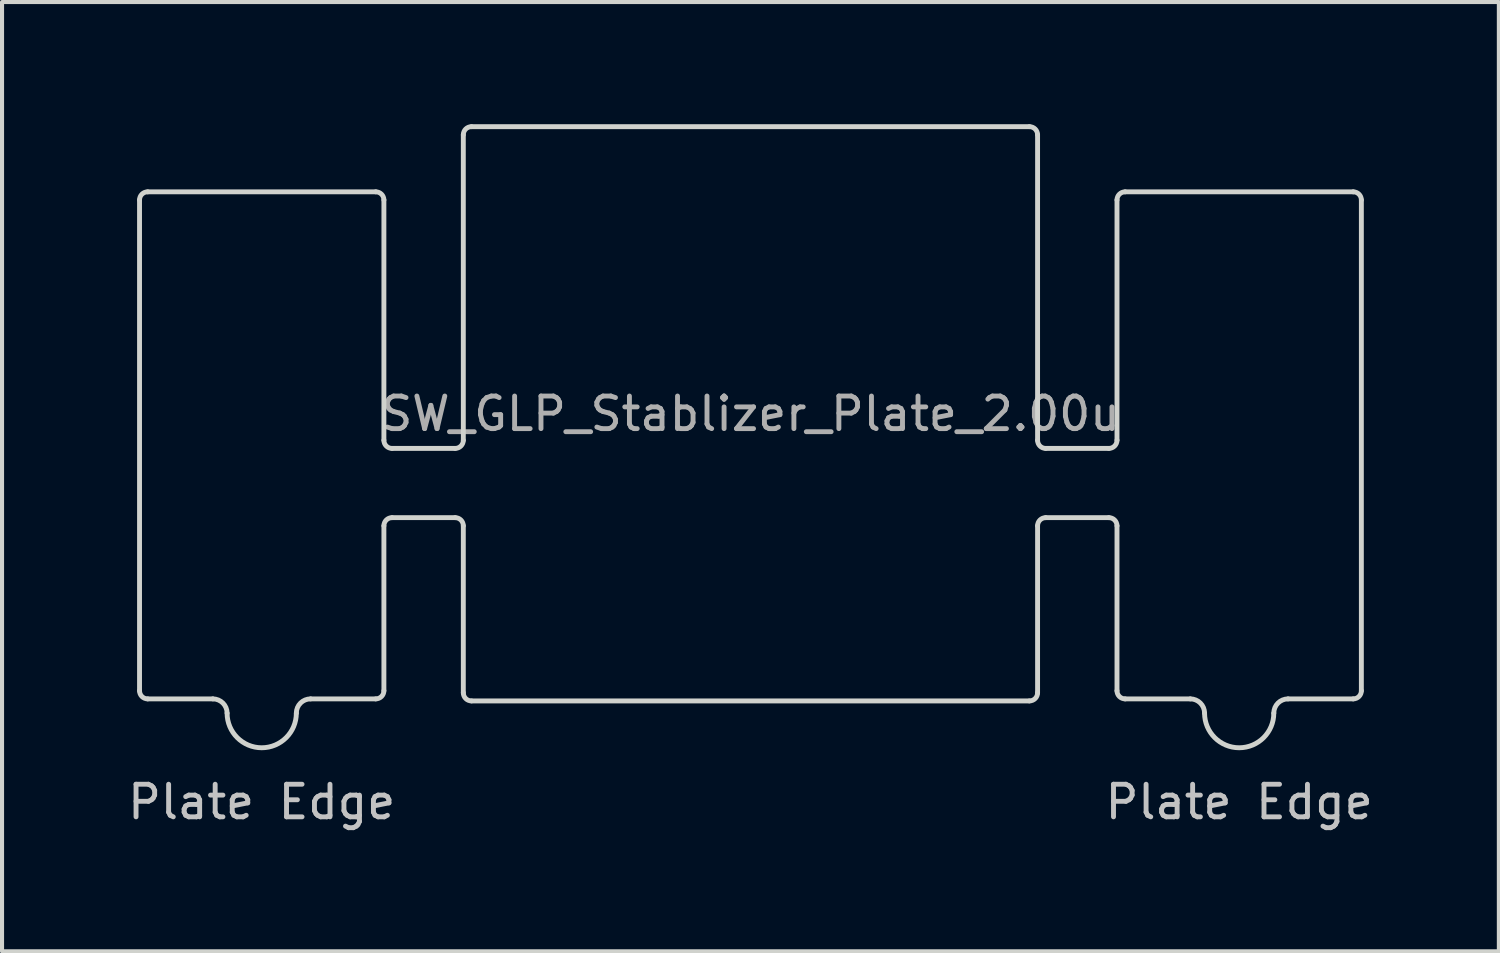
<source format=kicad_pcb>
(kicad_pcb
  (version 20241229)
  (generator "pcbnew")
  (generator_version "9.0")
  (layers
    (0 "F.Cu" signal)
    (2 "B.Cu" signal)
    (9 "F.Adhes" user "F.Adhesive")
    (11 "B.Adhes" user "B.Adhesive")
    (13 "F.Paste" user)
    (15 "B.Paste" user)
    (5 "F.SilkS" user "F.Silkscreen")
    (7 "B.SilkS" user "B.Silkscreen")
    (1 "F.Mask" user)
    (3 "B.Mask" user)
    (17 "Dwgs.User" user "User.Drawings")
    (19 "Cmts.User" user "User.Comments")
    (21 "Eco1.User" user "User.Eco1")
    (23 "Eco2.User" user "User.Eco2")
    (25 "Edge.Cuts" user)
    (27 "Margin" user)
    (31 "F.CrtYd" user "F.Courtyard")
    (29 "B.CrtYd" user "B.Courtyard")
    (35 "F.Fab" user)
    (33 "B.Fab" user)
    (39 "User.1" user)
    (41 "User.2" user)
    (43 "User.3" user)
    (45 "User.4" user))
  (footprint "SW_GLP_Stablizer_Plate_2.00u"
    (layer "F.Cu")
    (at 15.376 7.11)
    (property "Reference" "SW_GLP_Stablizer_Plate_2.00u" (at 0 0 0) (layer "F.Fab") (effects (font (size 0.8 0.8) (thickness 0.12))))
    (attr smd)
    (fp_line (start -15 -5.25) (end -15 6.8) (stroke (width 0.12) (type default)) (layer "Edge.Cuts"))
    (fp_line (start -14.8 7) (end -13.2 7) (stroke (width 0.12) (type default)) (layer "Edge.Cuts"))
    (fp_line (start -9.2 -5.45) (end -14.8 -5.45) (stroke (width 0.12) (type default)) (layer "Edge.Cuts"))
    (fp_line (start -9.2 7) (end -10.8 7) (stroke (width 0.12) (type default)) (layer "Edge.Cuts"))
    (fp_line (start -9 -5.25) (end -9 0.65) (stroke (width 0.12) (type default)) (layer "Edge.Cuts"))
    (fp_line (start -9 2.75) (end -9 6.8) (stroke (width 0.12) (type default)) (layer "Edge.Cuts"))
    (fp_line (start -8.8 0.85) (end -7.25 0.85) (stroke (width 0.12) (type default)) (layer "Edge.Cuts"))
    (fp_line (start -7.25 2.55) (end -8.8 2.55) (stroke (width 0.12) (type default)) (layer "Edge.Cuts"))
    (fp_line (start -7.05 0.65) (end -7.05 -6.85) (stroke (width 0.12) (type default)) (layer "Edge.Cuts"))
    (fp_line (start -7.05 2.75) (end -7.05 6.85) (stroke (width 0.12) (type default)) (layer "Edge.Cuts"))
    (fp_line (start -6.85 -7.05) (end 6.85 -7.05) (stroke (width 0.12) (type default)) (layer "Edge.Cuts"))
    (fp_line (start 6.85 7.05) (end -6.85 7.05) (stroke (width 0.12) (type default)) (layer "Edge.Cuts"))
    (fp_line (start 7.05 0.65) (end 7.05 -6.85) (stroke (width 0.12) (type default)) (layer "Edge.Cuts"))
    (fp_line (start 7.05 2.75) (end 7.05 6.85) (stroke (width 0.12) (type default)) (layer "Edge.Cuts"))
    (fp_line (start 7.25 2.55) (end 8.8 2.55) (stroke (width 0.12) (type default)) (layer "Edge.Cuts"))
    (fp_line (start 8.8 0.85) (end 7.25 0.85) (stroke (width 0.12) (type default)) (layer "Edge.Cuts"))
    (fp_line (start 9 -5.25) (end 9 0.65) (stroke (width 0.12) (type default)) (layer "Edge.Cuts"))
    (fp_line (start 9 2.75) (end 9 6.8) (stroke (width 0.12) (type default)) (layer "Edge.Cuts"))
    (fp_line (start 9.2 -5.45) (end 14.8 -5.45) (stroke (width 0.12) (type default)) (layer "Edge.Cuts"))
    (fp_line (start 9.2 7) (end 10.8 7) (stroke (width 0.12) (type default)) (layer "Edge.Cuts"))
    (fp_line (start 14.8 7) (end 13.2 7) (stroke (width 0.12) (type default)) (layer "Edge.Cuts"))
    (fp_line (start 15 -5.25) (end 15 6.8) (stroke (width 0.12) (type default)) (layer "Edge.Cuts"))
    (fp_arc (start -15 -5.25) (mid -14.941421 -5.391421) (end -14.8 -5.45) (stroke (width 0.12) (type default)) (layer "Edge.Cuts"))
    (fp_arc (start -14.8 7) (mid -14.941421 6.941421) (end -15 6.8) (stroke (width 0.12) (type default)) (layer "Edge.Cuts"))
    (fp_arc (start -13.2 7) (mid -12.952513 7.102513) (end -12.85 7.35) (stroke (width 0.12) (type default)) (layer "Edge.Cuts"))
    (fp_arc (start -11.15 7.35) (mid -12 8.2) (end -12.85 7.35) (stroke (width 0.12) (type default)) (layer "Edge.Cuts"))
    (fp_arc (start -11.15 7.35) (mid -11.047487 7.102513) (end -10.8 7) (stroke (width 0.12) (type default)) (layer "Edge.Cuts"))
    (fp_arc (start -9.2 -5.45) (mid -9.058579 -5.391421) (end -9 -5.25) (stroke (width 0.12) (type default)) (layer "Edge.Cuts"))
    (fp_arc (start -9 2.75) (mid -8.941421 2.608579) (end -8.8 2.55) (stroke (width 0.12) (type default)) (layer "Edge.Cuts"))
    (fp_arc (start -9 6.8) (mid -9.058579 6.941421) (end -9.2 7) (stroke (width 0.12) (type default)) (layer "Edge.Cuts"))
    (fp_arc (start -8.8 0.85) (mid -8.941421 0.791421) (end -9 0.65) (stroke (width 0.12) (type default)) (layer "Edge.Cuts"))
    (fp_arc (start -7.25 2.55) (mid -7.108579 2.608579) (end -7.05 2.75) (stroke (width 0.12) (type default)) (layer "Edge.Cuts"))
    (fp_arc (start -7.05 -6.85) (mid -6.991421 -6.991421) (end -6.85 -7.05) (stroke (width 0.12) (type default)) (layer "Edge.Cuts"))
    (fp_arc (start -7.05 0.65) (mid -7.108579 0.791421) (end -7.25 0.85) (stroke (width 0.12) (type default)) (layer "Edge.Cuts"))
    (fp_arc (start -6.85 7.05) (mid -6.991421 6.991421) (end -7.05 6.85) (stroke (width 0.12) (type default)) (layer "Edge.Cuts"))
    (fp_arc (start 6.85 -7.05) (mid 6.991421 -6.991421) (end 7.05 -6.85) (stroke (width 0.12) (type default)) (layer "Edge.Cuts"))
    (fp_arc (start 7.05 2.75) (mid 7.108579 2.608579) (end 7.25 2.55) (stroke (width 0.12) (type default)) (layer "Edge.Cuts"))
    (fp_arc (start 7.05 6.85) (mid 6.991421 6.991421) (end 6.85 7.05) (stroke (width 0.12) (type default)) (layer "Edge.Cuts"))
    (fp_arc (start 7.25 0.85) (mid 7.108579 0.791421) (end 7.05 0.65) (stroke (width 0.12) (type default)) (layer "Edge.Cuts"))
    (fp_arc (start 8.8 2.55) (mid 8.941421 2.608579) (end 9 2.75) (stroke (width 0.12) (type default)) (layer "Edge.Cuts"))
    (fp_arc (start 9 -5.25) (mid 9.058579 -5.391421) (end 9.2 -5.45) (stroke (width 0.12) (type default)) (layer "Edge.Cuts"))
    (fp_arc (start 9 0.65) (mid 8.941421 0.791421) (end 8.8 0.85) (stroke (width 0.12) (type default)) (layer "Edge.Cuts"))
    (fp_arc (start 9.2 7) (mid 9.058579 6.941421) (end 9 6.8) (stroke (width 0.12) (type default)) (layer "Edge.Cuts"))
    (fp_arc (start 10.8 7) (mid 11.047487 7.102513) (end 11.15 7.35) (stroke (width 0.12) (type default)) (layer "Edge.Cuts"))
    (fp_arc (start 12.85 7.35) (mid 12 8.2) (end 11.15 7.35) (stroke (width 0.12) (type default)) (layer "Edge.Cuts"))
    (fp_arc (start 12.85 7.35) (mid 12.952513 7.102513) (end 13.2 7) (stroke (width 0.12) (type default)) (layer "Edge.Cuts"))
    (fp_arc (start 14.8 -5.45) (mid 14.941421 -5.391421) (end 15 -5.25) (stroke (width 0.12) (type default)) (layer "Edge.Cuts"))
    (fp_arc (start 15 6.8) (mid 14.941421 6.941421) (end 14.8 7) (stroke (width 0.12) (type default)) (layer "Edge.Cuts"))
    (fp_text user "Plate Edge" (at 12 10 0) (unlocked yes) (layer "Dwgs.User") (effects (font (size 0.8 0.8) (thickness 0.12)) (justify bottom)))
    (fp_text user "Plate Edge" (at -12 10 0) (unlocked yes) (layer "Dwgs.User") (effects (font (size 0.8 0.8) (thickness 0.12)) (justify bottom))))
  (gr_rect
    (start -3 -3)
    (end 33.752 20.307)
    (stroke (width 0.1) (type default))
    (fill no)
    (layer "Edge.Cuts")))
</source>
